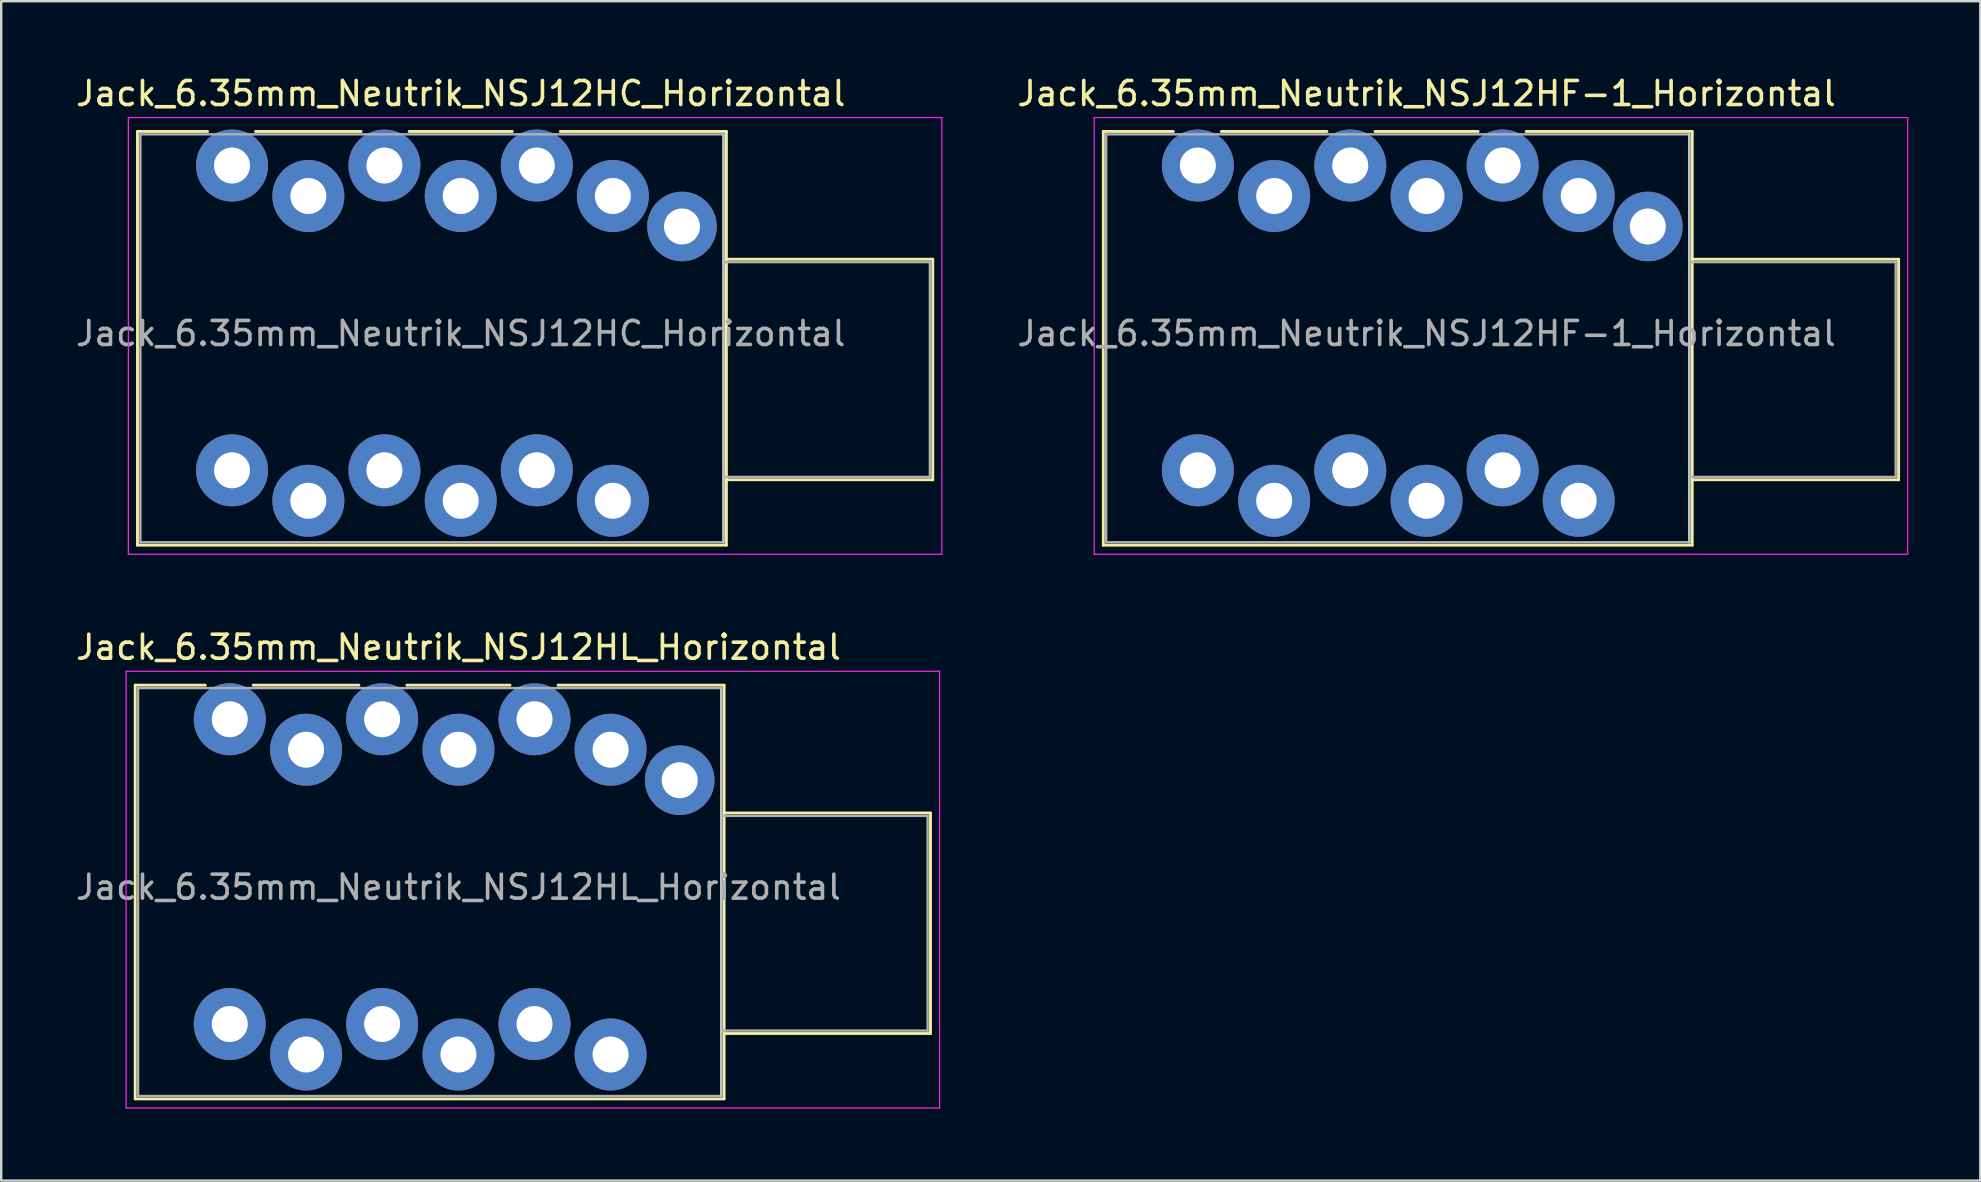
<source format=kicad_pcb>
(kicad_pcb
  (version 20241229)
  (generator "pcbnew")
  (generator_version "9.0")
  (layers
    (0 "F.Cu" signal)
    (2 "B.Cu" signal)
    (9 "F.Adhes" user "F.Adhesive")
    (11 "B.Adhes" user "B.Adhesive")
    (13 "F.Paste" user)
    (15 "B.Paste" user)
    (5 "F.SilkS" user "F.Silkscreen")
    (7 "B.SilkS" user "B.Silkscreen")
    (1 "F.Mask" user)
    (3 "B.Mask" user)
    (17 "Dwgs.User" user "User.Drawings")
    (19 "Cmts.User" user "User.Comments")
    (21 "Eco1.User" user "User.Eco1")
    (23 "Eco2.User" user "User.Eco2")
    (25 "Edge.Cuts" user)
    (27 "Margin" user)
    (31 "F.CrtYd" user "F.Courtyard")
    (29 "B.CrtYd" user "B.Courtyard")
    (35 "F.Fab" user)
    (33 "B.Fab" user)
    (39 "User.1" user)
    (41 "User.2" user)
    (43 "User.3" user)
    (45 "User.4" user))
  (footprint "Jack_6.35mm_Neutrik_NSJ12HL_Horizontal"
    (layer "F.Cu")
    (at 6.524 26.922)
    (property "Reference" "Jack_6.35mm_Neutrik_NSJ12HL_Horizontal" (at 9.53 -3 0) (layer "F.SilkS") (effects (font (size 1 1) (thickness 0.15))))
    (attr through_hole)
    (fp_line (start -3.94 -1.42) (end -1.02 -1.42) (stroke (width 0.12) (type solid)) (layer "F.SilkS"))
    (fp_line (start -3.94 15.82) (end -3.94 -1.42) (stroke (width 0.12) (type solid)) (layer "F.SilkS"))
    (fp_line (start -3.94 15.82) (end 20.6 15.82) (stroke (width 0.12) (type solid)) (layer "F.SilkS"))
    (fp_line (start 0.98 -1.42) (end 5.38 -1.42) (stroke (width 0.12) (type solid)) (layer "F.SilkS"))
    (fp_line (start 7.38 -1.42) (end 11.68 -1.42) (stroke (width 0.12) (type solid)) (layer "F.SilkS"))
    (fp_line (start 13.68 -1.42) (end 20.6 -1.42) (stroke (width 0.12) (type solid)) (layer "F.SilkS"))
    (fp_line (start 20.6 -1.42) (end 20.6 15.82) (stroke (width 0.12) (type solid)) (layer "F.SilkS"))
    (fp_line (start 29.2 3.905) (end 20.6 3.905) (stroke (width 0.12) (type solid)) (layer "F.SilkS"))
    (fp_line (start 29.2 13.095) (end 20.6 13.095) (stroke (width 0.12) (type solid)) (layer "F.SilkS"))
    (fp_line (start 29.2 13.095) (end 29.2 3.905) (stroke (width 0.12) (type solid)) (layer "F.SilkS"))
    (fp_line (start 20.48 -1.3) (end 20.48 15.7) (stroke (width 0.1) (type solid)) (layer "Dwgs.User"))
    (fp_line (start -4.32 16.2) (end -4.32 -2) (stroke (width 0.05) (type solid)) (layer "F.CrtYd"))
    (fp_line (start -4.32 16.2) (end 29.58 16.2) (stroke (width 0.05) (type solid)) (layer "F.CrtYd"))
    (fp_line (start 29.58 -2) (end -4.32 -2) (stroke (width 0.05) (type solid)) (layer "F.CrtYd"))
    (fp_line (start 29.58 16.2) (end 29.58 -2) (stroke (width 0.05) (type solid)) (layer "F.CrtYd"))
    (fp_line (start -3.82 -1.3) (end 20.48 -1.3) (stroke (width 0.1) (type solid)) (layer "F.Fab"))
    (fp_line (start -3.82 15.7) (end -3.82 -1.3) (stroke (width 0.1) (type solid)) (layer "F.Fab"))
    (fp_line (start 20.48 -1.3) (end 20.48 15.7) (stroke (width 0.1) (type solid)) (layer "F.Fab"))
    (fp_line (start 20.48 12.975) (end 29.08 12.975) (stroke (width 0.1) (type solid)) (layer "F.Fab"))
    (fp_line (start 20.48 15.7) (end -3.82 15.7) (stroke (width 0.1) (type solid)) (layer "F.Fab"))
    (fp_line (start 29.08 4.025) (end 20.48 4.025) (stroke (width 0.1) (type solid)) (layer "F.Fab"))
    (fp_line (start 29.08 12.975) (end 29.08 4.025) (stroke (width 0.1) (type solid)) (layer "F.Fab"))
    (fp_text user "${REFERENCE}" (at 9.53 7 0) (layer "F.Fab") (effects (font (size 1 1) (thickness 0.15))))
    (pad "G" thru_hole circle (at 18.75 2.54) (size 2.9 2.9) (drill 1.5) (layers "*.Cu" "*.Mask"))
    (pad "R1" thru_hole circle (at 6.35 0) (size 3 3) (drill 1.5) (layers "*.Cu" "*.Mask"))
    (pad "R2" thru_hole circle (at 9.53 1.27) (size 3 3) (drill 1.5) (layers "*.Cu" "*.Mask"))
    (pad "RN1" thru_hole circle (at 6.35 12.7) (size 3 3) (drill 1.5) (layers "*.Cu" "*.Mask"))
    (pad "RN2" thru_hole circle (at 9.53 13.97) (size 3 3) (drill 1.5) (layers "*.Cu" "*.Mask"))
    (pad "S1" thru_hole circle (at 12.7 0) (size 3 3) (drill 1.5) (layers "*.Cu" "*.Mask"))
    (pad "S2" thru_hole circle (at 15.87 1.27) (size 3 3) (drill 1.5) (layers "*.Cu" "*.Mask"))
    (pad "SN1" thru_hole circle (at 12.7 12.7) (size 3 3) (drill 1.5) (layers "*.Cu" "*.Mask"))
    (pad "SN2" thru_hole circle (at 15.87 13.97) (size 3 3) (drill 1.5) (layers "*.Cu" "*.Mask"))
    (pad "T1" thru_hole circle (at 0 0) (size 3 3) (drill 1.5) (layers "*.Cu" "*.Mask"))
    (pad "T2" thru_hole circle (at 3.18 1.27) (size 3 3) (drill 1.5) (layers "*.Cu" "*.Mask"))
    (pad "TN1" thru_hole circle (at 0 12.7) (size 3 3) (drill 1.5) (layers "*.Cu" "*.Mask"))
    (pad "TN2" thru_hole circle (at 3.18 13.97) (size 3 3) (drill 1.5) (layers "*.Cu" "*.Mask")))
  (footprint "Jack_6.35mm_Neutrik_NSJ12HF-1_Horizontal"
    (layer "F.Cu")
    (at 46.866 3.848)
    (property "Reference" "Jack_6.35mm_Neutrik_NSJ12HF-1_Horizontal" (at 9.53 -3 0) (layer "F.SilkS") (effects (font (size 1 1) (thickness 0.15))))
    (attr through_hole)
    (fp_line (start -3.94 -1.42) (end -1.02 -1.42) (stroke (width 0.12) (type solid)) (layer "F.SilkS"))
    (fp_line (start -3.94 15.82) (end -3.94 -1.42) (stroke (width 0.12) (type solid)) (layer "F.SilkS"))
    (fp_line (start -3.94 15.82) (end 20.6 15.82) (stroke (width 0.12) (type solid)) (layer "F.SilkS"))
    (fp_line (start 0.98 -1.42) (end 5.38 -1.42) (stroke (width 0.12) (type solid)) (layer "F.SilkS"))
    (fp_line (start 7.38 -1.42) (end 11.68 -1.42) (stroke (width 0.12) (type solid)) (layer "F.SilkS"))
    (fp_line (start 13.68 -1.42) (end 20.6 -1.42) (stroke (width 0.12) (type solid)) (layer "F.SilkS"))
    (fp_line (start 20.6 -1.42) (end 20.6 15.82) (stroke (width 0.12) (type solid)) (layer "F.SilkS"))
    (fp_line (start 29.2 3.905) (end 20.6 3.905) (stroke (width 0.12) (type solid)) (layer "F.SilkS"))
    (fp_line (start 29.2 13.095) (end 20.6 13.095) (stroke (width 0.12) (type solid)) (layer "F.SilkS"))
    (fp_line (start 29.2 13.095) (end 29.2 3.905) (stroke (width 0.12) (type solid)) (layer "F.SilkS"))
    (fp_line (start 20.48 -1.3) (end 20.48 15.7) (stroke (width 0.1) (type solid)) (layer "Dwgs.User"))
    (fp_line (start -4.32 16.2) (end -4.32 -2) (stroke (width 0.05) (type solid)) (layer "F.CrtYd"))
    (fp_line (start -4.32 16.2) (end 29.58 16.2) (stroke (width 0.05) (type solid)) (layer "F.CrtYd"))
    (fp_line (start 29.58 -2) (end -4.32 -2) (stroke (width 0.05) (type solid)) (layer "F.CrtYd"))
    (fp_line (start 29.58 16.2) (end 29.58 -2) (stroke (width 0.05) (type solid)) (layer "F.CrtYd"))
    (fp_line (start -3.82 -1.3) (end 20.48 -1.3) (stroke (width 0.1) (type solid)) (layer "F.Fab"))
    (fp_line (start -3.82 15.7) (end -3.82 -1.3) (stroke (width 0.1) (type solid)) (layer "F.Fab"))
    (fp_line (start 20.48 -1.3) (end 20.48 15.7) (stroke (width 0.1) (type solid)) (layer "F.Fab"))
    (fp_line (start 20.48 12.975) (end 29.08 12.975) (stroke (width 0.1) (type solid)) (layer "F.Fab"))
    (fp_line (start 20.48 15.7) (end -3.82 15.7) (stroke (width 0.1) (type solid)) (layer "F.Fab"))
    (fp_line (start 29.08 4.025) (end 20.48 4.025) (stroke (width 0.1) (type solid)) (layer "F.Fab"))
    (fp_line (start 29.08 12.975) (end 29.08 4.025) (stroke (width 0.1) (type solid)) (layer "F.Fab"))
    (fp_text user "${REFERENCE}" (at 9.53 7 0) (layer "F.Fab") (effects (font (size 1 1) (thickness 0.15))))
    (pad "G" thru_hole circle (at 18.75 2.54) (size 2.9 2.9) (drill 1.5) (layers "*.Cu" "*.Mask"))
    (pad "R1" thru_hole circle (at 6.35 0) (size 3 3) (drill 1.5) (layers "*.Cu" "*.Mask"))
    (pad "R2" thru_hole circle (at 9.53 1.27) (size 3 3) (drill 1.5) (layers "*.Cu" "*.Mask"))
    (pad "RN1" thru_hole circle (at 6.35 12.7) (size 3 3) (drill 1.5) (layers "*.Cu" "*.Mask"))
    (pad "RN2" thru_hole circle (at 9.53 13.97) (size 3 3) (drill 1.5) (layers "*.Cu" "*.Mask"))
    (pad "S1" thru_hole circle (at 12.7 0) (size 3 3) (drill 1.5) (layers "*.Cu" "*.Mask"))
    (pad "S2" thru_hole circle (at 15.87 1.27) (size 3 3) (drill 1.5) (layers "*.Cu" "*.Mask"))
    (pad "SN1" thru_hole circle (at 12.7 12.7) (size 3 3) (drill 1.5) (layers "*.Cu" "*.Mask"))
    (pad "SN2" thru_hole circle (at 15.87 13.97) (size 3 3) (drill 1.5) (layers "*.Cu" "*.Mask"))
    (pad "T1" thru_hole circle (at 0 0) (size 3 3) (drill 1.5) (layers "*.Cu" "*.Mask"))
    (pad "T2" thru_hole circle (at 3.18 1.27) (size 3 3) (drill 1.5) (layers "*.Cu" "*.Mask"))
    (pad "TN1" thru_hole circle (at 0 12.7) (size 3 3) (drill 1.5) (layers "*.Cu" "*.Mask"))
    (pad "TN2" thru_hole circle (at 3.18 13.97) (size 3 3) (drill 1.5) (layers "*.Cu" "*.Mask")))
  (footprint "Jack_6.35mm_Neutrik_NSJ12HC_Horizontal"
    (layer "F.Cu")
    (at 6.619 3.848)
    (property "Reference" "Jack_6.35mm_Neutrik_NSJ12HC_Horizontal" (at 9.53 -3 0) (layer "F.SilkS") (effects (font (size 1 1) (thickness 0.15))))
    (attr through_hole)
    (fp_line (start -3.94 -1.42) (end -1.02 -1.42) (stroke (width 0.12) (type solid)) (layer "F.SilkS"))
    (fp_line (start -3.94 15.82) (end -3.94 -1.42) (stroke (width 0.12) (type solid)) (layer "F.SilkS"))
    (fp_line (start -3.94 15.82) (end 20.6 15.82) (stroke (width 0.12) (type solid)) (layer "F.SilkS"))
    (fp_line (start 0.98 -1.42) (end 5.38 -1.42) (stroke (width 0.12) (type solid)) (layer "F.SilkS"))
    (fp_line (start 7.38 -1.42) (end 11.68 -1.42) (stroke (width 0.12) (type solid)) (layer "F.SilkS"))
    (fp_line (start 13.68 -1.42) (end 20.6 -1.42) (stroke (width 0.12) (type solid)) (layer "F.SilkS"))
    (fp_line (start 20.6 -1.42) (end 20.6 15.82) (stroke (width 0.12) (type solid)) (layer "F.SilkS"))
    (fp_line (start 29.2 3.905) (end 20.6 3.905) (stroke (width 0.12) (type solid)) (layer "F.SilkS"))
    (fp_line (start 29.2 13.095) (end 20.6 13.095) (stroke (width 0.12) (type solid)) (layer "F.SilkS"))
    (fp_line (start 29.2 13.095) (end 29.2 3.905) (stroke (width 0.12) (type solid)) (layer "F.SilkS"))
    (fp_line (start 20.48 -1.3) (end 20.48 15.7) (stroke (width 0.1) (type solid)) (layer "Dwgs.User"))
    (fp_line (start -4.32 16.2) (end -4.32 -2) (stroke (width 0.05) (type solid)) (layer "F.CrtYd"))
    (fp_line (start -4.32 16.2) (end 29.58 16.2) (stroke (width 0.05) (type solid)) (layer "F.CrtYd"))
    (fp_line (start 29.58 -2) (end -4.32 -2) (stroke (width 0.05) (type solid)) (layer "F.CrtYd"))
    (fp_line (start 29.58 16.2) (end 29.58 -2) (stroke (width 0.05) (type solid)) (layer "F.CrtYd"))
    (fp_line (start -3.82 -1.3) (end 20.48 -1.3) (stroke (width 0.1) (type solid)) (layer "F.Fab"))
    (fp_line (start -3.82 15.7) (end -3.82 -1.3) (stroke (width 0.1) (type solid)) (layer "F.Fab"))
    (fp_line (start 20.48 -1.3) (end 20.48 15.7) (stroke (width 0.1) (type solid)) (layer "F.Fab"))
    (fp_line (start 20.48 12.975) (end 29.08 12.975) (stroke (width 0.1) (type solid)) (layer "F.Fab"))
    (fp_line (start 20.48 15.7) (end -3.82 15.7) (stroke (width 0.1) (type solid)) (layer "F.Fab"))
    (fp_line (start 29.08 4.025) (end 20.48 4.025) (stroke (width 0.1) (type solid)) (layer "F.Fab"))
    (fp_line (start 29.08 12.975) (end 29.08 4.025) (stroke (width 0.1) (type solid)) (layer "F.Fab"))
    (fp_text user "${REFERENCE}" (at 9.53 7 0) (layer "F.Fab") (effects (font (size 1 1) (thickness 0.15))))
    (pad "G" thru_hole circle (at 18.75 2.54) (size 2.9 2.9) (drill 1.5) (layers "*.Cu" "*.Mask"))
    (pad "R1" thru_hole circle (at 6.35 0) (size 3 3) (drill 1.5) (layers "*.Cu" "*.Mask"))
    (pad "R2" thru_hole circle (at 9.53 1.27) (size 3 3) (drill 1.5) (layers "*.Cu" "*.Mask"))
    (pad "RN1" thru_hole circle (at 6.35 12.7) (size 3 3) (drill 1.5) (layers "*.Cu" "*.Mask"))
    (pad "RN2" thru_hole circle (at 9.53 13.97) (size 3 3) (drill 1.5) (layers "*.Cu" "*.Mask"))
    (pad "S1" thru_hole circle (at 12.7 0) (size 3 3) (drill 1.5) (layers "*.Cu" "*.Mask"))
    (pad "S2" thru_hole circle (at 15.87 1.27) (size 3 3) (drill 1.5) (layers "*.Cu" "*.Mask"))
    (pad "SN1" thru_hole circle (at 12.7 12.7) (size 3 3) (drill 1.5) (layers "*.Cu" "*.Mask"))
    (pad "SN2" thru_hole circle (at 15.87 13.97) (size 3 3) (drill 1.5) (layers "*.Cu" "*.Mask"))
    (pad "T1" thru_hole circle (at 0 0) (size 3 3) (drill 1.5) (layers "*.Cu" "*.Mask"))
    (pad "T2" thru_hole circle (at 3.18 1.27) (size 3 3) (drill 1.5) (layers "*.Cu" "*.Mask"))
    (pad "TN1" thru_hole circle (at 0 12.7) (size 3 3) (drill 1.5) (layers "*.Cu" "*.Mask"))
    (pad "TN2" thru_hole circle (at 3.18 13.97) (size 3 3) (drill 1.5) (layers "*.Cu" "*.Mask")))
  (gr_rect
    (start -3 -3)
    (end 79.471 46.147)
    (stroke (width 0.1) (type default))
    (fill no)
    (layer "Edge.Cuts")))
</source>
